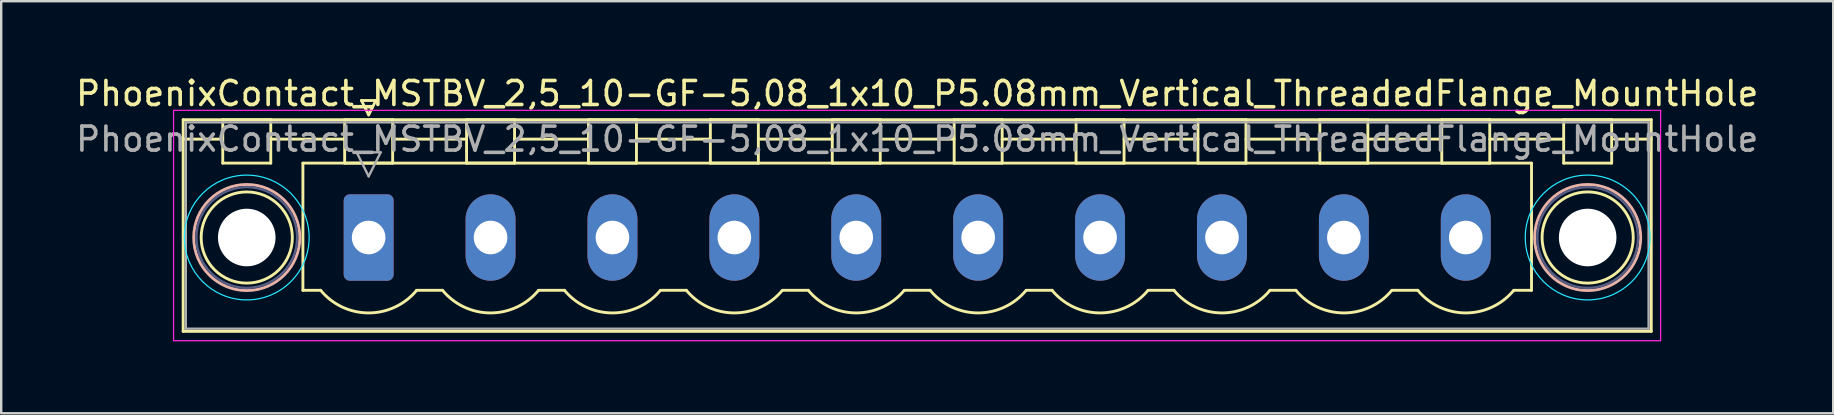
<source format=kicad_pcb>
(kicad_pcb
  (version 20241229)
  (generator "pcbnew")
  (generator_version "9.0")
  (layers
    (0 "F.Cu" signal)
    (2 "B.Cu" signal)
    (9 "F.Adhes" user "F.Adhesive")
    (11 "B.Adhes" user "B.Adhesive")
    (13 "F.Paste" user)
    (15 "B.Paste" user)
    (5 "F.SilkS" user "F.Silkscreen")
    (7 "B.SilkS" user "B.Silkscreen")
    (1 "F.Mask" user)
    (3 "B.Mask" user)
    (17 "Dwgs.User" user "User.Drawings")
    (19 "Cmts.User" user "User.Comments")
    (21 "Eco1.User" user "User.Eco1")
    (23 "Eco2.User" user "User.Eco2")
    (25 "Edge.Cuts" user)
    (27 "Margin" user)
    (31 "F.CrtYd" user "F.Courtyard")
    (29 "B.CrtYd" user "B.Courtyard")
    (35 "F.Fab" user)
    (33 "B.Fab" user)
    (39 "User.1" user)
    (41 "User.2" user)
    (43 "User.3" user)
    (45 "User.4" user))
  (footprint "PhoenixContact_MSTBV_2,5_10-GF-5,08_1x10_P5.08mm_Vertical_ThreadedFlange_MountHole"
    (layer "F.Cu")
    (at 12.313 6.848)
    (property "Reference" "PhoenixContact_MSTBV_2,5_10-GF-5,08_1x10_P5.08mm_Vertical_ThreadedFlange_MountHole" (at 22.86 -6 0) (layer "F.SilkS") (effects (font (size 1 1) (thickness 0.15))))
    (attr through_hole)
    (fp_line (start -7.73 -4.91) (end -7.73 3.91) (stroke (width 0.12) (type solid)) (layer "F.SilkS"))
    (fp_line (start -7.73 -4.1) (end -6.19 -4.1) (stroke (width 0.12) (type solid)) (layer "F.SilkS"))
    (fp_line (start -7.73 3.91) (end 53.45 3.91) (stroke (width 0.12) (type solid)) (layer "F.SilkS"))
    (fp_line (start -6.08 -4.91) (end -4.08 -4.91) (stroke (width 0.12) (type solid)) (layer "F.SilkS"))
    (fp_line (start -6.08 -3.1) (end -6.08 -4.91) (stroke (width 0.12) (type solid)) (layer "F.SilkS"))
    (fp_line (start -4.08 -4.91) (end -4.08 -3.1) (stroke (width 0.12) (type solid)) (layer "F.SilkS"))
    (fp_line (start -4.08 -4.1) (end -1 -4.1) (stroke (width 0.12) (type solid)) (layer "F.SilkS"))
    (fp_line (start -4.08 -3.1) (end -6.08 -3.1) (stroke (width 0.12) (type solid)) (layer "F.SilkS"))
    (fp_line (start -2.74 -3.1) (end 48.46 -3.1) (stroke (width 0.12) (type solid)) (layer "F.SilkS"))
    (fp_line (start -2.74 2.2) (end -2.74 -3.1) (stroke (width 0.12) (type solid)) (layer "F.SilkS"))
    (fp_line (start -2 2.2) (end -2.74 2.2) (stroke (width 0.12) (type solid)) (layer "F.SilkS"))
    (fp_line (start -1 -4.91) (end 1 -4.91) (stroke (width 0.12) (type solid)) (layer "F.SilkS"))
    (fp_line (start -1 -3.1) (end -1 -4.91) (stroke (width 0.12) (type solid)) (layer "F.SilkS"))
    (fp_line (start -0.3 -5.71) (end 0.3 -5.71) (stroke (width 0.12) (type solid)) (layer "F.SilkS"))
    (fp_line (start 0 -5.11) (end -0.3 -5.71) (stroke (width 0.12) (type solid)) (layer "F.SilkS"))
    (fp_line (start 0.3 -5.71) (end 0 -5.11) (stroke (width 0.12) (type solid)) (layer "F.SilkS"))
    (fp_line (start 1 -4.91) (end 1 -3.1) (stroke (width 0.12) (type solid)) (layer "F.SilkS"))
    (fp_line (start 1 -4.1) (end 4.08 -4.1) (stroke (width 0.12) (type solid)) (layer "F.SilkS"))
    (fp_line (start 1 -3.1) (end -1 -3.1) (stroke (width 0.12) (type solid)) (layer "F.SilkS"))
    (fp_line (start 2 2.2) (end 3.08 2.2) (stroke (width 0.12) (type solid)) (layer "F.SilkS"))
    (fp_line (start 4.08 -4.91) (end 6.08 -4.91) (stroke (width 0.12) (type solid)) (layer "F.SilkS"))
    (fp_line (start 4.08 -3.1) (end 4.08 -4.91) (stroke (width 0.12) (type solid)) (layer "F.SilkS"))
    (fp_line (start 6.08 -4.91) (end 6.08 -3.1) (stroke (width 0.12) (type solid)) (layer "F.SilkS"))
    (fp_line (start 6.08 -4.1) (end 9.16 -4.1) (stroke (width 0.12) (type solid)) (layer "F.SilkS"))
    (fp_line (start 6.08 -3.1) (end 4.08 -3.1) (stroke (width 0.12) (type solid)) (layer "F.SilkS"))
    (fp_line (start 7.08 2.2) (end 8.16 2.2) (stroke (width 0.12) (type solid)) (layer "F.SilkS"))
    (fp_line (start 9.16 -4.91) (end 11.16 -4.91) (stroke (width 0.12) (type solid)) (layer "F.SilkS"))
    (fp_line (start 9.16 -3.1) (end 9.16 -4.91) (stroke (width 0.12) (type solid)) (layer "F.SilkS"))
    (fp_line (start 11.16 -4.91) (end 11.16 -3.1) (stroke (width 0.12) (type solid)) (layer "F.SilkS"))
    (fp_line (start 11.16 -4.1) (end 14.24 -4.1) (stroke (width 0.12) (type solid)) (layer "F.SilkS"))
    (fp_line (start 11.16 -3.1) (end 9.16 -3.1) (stroke (width 0.12) (type solid)) (layer "F.SilkS"))
    (fp_line (start 12.16 2.2) (end 13.24 2.2) (stroke (width 0.12) (type solid)) (layer "F.SilkS"))
    (fp_line (start 14.24 -4.91) (end 16.24 -4.91) (stroke (width 0.12) (type solid)) (layer "F.SilkS"))
    (fp_line (start 14.24 -3.1) (end 14.24 -4.91) (stroke (width 0.12) (type solid)) (layer "F.SilkS"))
    (fp_line (start 16.24 -4.91) (end 16.24 -3.1) (stroke (width 0.12) (type solid)) (layer "F.SilkS"))
    (fp_line (start 16.24 -4.1) (end 19.32 -4.1) (stroke (width 0.12) (type solid)) (layer "F.SilkS"))
    (fp_line (start 16.24 -3.1) (end 14.24 -3.1) (stroke (width 0.12) (type solid)) (layer "F.SilkS"))
    (fp_line (start 17.24 2.2) (end 18.32 2.2) (stroke (width 0.12) (type solid)) (layer "F.SilkS"))
    (fp_line (start 19.32 -4.91) (end 21.32 -4.91) (stroke (width 0.12) (type solid)) (layer "F.SilkS"))
    (fp_line (start 19.32 -3.1) (end 19.32 -4.91) (stroke (width 0.12) (type solid)) (layer "F.SilkS"))
    (fp_line (start 21.32 -4.91) (end 21.32 -3.1) (stroke (width 0.12) (type solid)) (layer "F.SilkS"))
    (fp_line (start 21.32 -4.1) (end 24.4 -4.1) (stroke (width 0.12) (type solid)) (layer "F.SilkS"))
    (fp_line (start 21.32 -3.1) (end 19.32 -3.1) (stroke (width 0.12) (type solid)) (layer "F.SilkS"))
    (fp_line (start 22.32 2.2) (end 23.4 2.2) (stroke (width 0.12) (type solid)) (layer "F.SilkS"))
    (fp_line (start 24.4 -4.91) (end 26.4 -4.91) (stroke (width 0.12) (type solid)) (layer "F.SilkS"))
    (fp_line (start 24.4 -3.1) (end 24.4 -4.91) (stroke (width 0.12) (type solid)) (layer "F.SilkS"))
    (fp_line (start 26.4 -4.91) (end 26.4 -3.1) (stroke (width 0.12) (type solid)) (layer "F.SilkS"))
    (fp_line (start 26.4 -4.1) (end 29.48 -4.1) (stroke (width 0.12) (type solid)) (layer "F.SilkS"))
    (fp_line (start 26.4 -3.1) (end 24.4 -3.1) (stroke (width 0.12) (type solid)) (layer "F.SilkS"))
    (fp_line (start 27.4 2.2) (end 28.48 2.2) (stroke (width 0.12) (type solid)) (layer "F.SilkS"))
    (fp_line (start 29.48 -4.91) (end 31.48 -4.91) (stroke (width 0.12) (type solid)) (layer "F.SilkS"))
    (fp_line (start 29.48 -3.1) (end 29.48 -4.91) (stroke (width 0.12) (type solid)) (layer "F.SilkS"))
    (fp_line (start 31.48 -4.91) (end 31.48 -3.1) (stroke (width 0.12) (type solid)) (layer "F.SilkS"))
    (fp_line (start 31.48 -4.1) (end 34.56 -4.1) (stroke (width 0.12) (type solid)) (layer "F.SilkS"))
    (fp_line (start 31.48 -3.1) (end 29.48 -3.1) (stroke (width 0.12) (type solid)) (layer "F.SilkS"))
    (fp_line (start 32.48 2.2) (end 33.56 2.2) (stroke (width 0.12) (type solid)) (layer "F.SilkS"))
    (fp_line (start 34.56 -4.91) (end 36.56 -4.91) (stroke (width 0.12) (type solid)) (layer "F.SilkS"))
    (fp_line (start 34.56 -3.1) (end 34.56 -4.91) (stroke (width 0.12) (type solid)) (layer "F.SilkS"))
    (fp_line (start 36.56 -4.91) (end 36.56 -3.1) (stroke (width 0.12) (type solid)) (layer "F.SilkS"))
    (fp_line (start 36.56 -4.1) (end 39.64 -4.1) (stroke (width 0.12) (type solid)) (layer "F.SilkS"))
    (fp_line (start 36.56 -3.1) (end 34.56 -3.1) (stroke (width 0.12) (type solid)) (layer "F.SilkS"))
    (fp_line (start 37.56 2.2) (end 38.64 2.2) (stroke (width 0.12) (type solid)) (layer "F.SilkS"))
    (fp_line (start 39.64 -4.91) (end 41.64 -4.91) (stroke (width 0.12) (type solid)) (layer "F.SilkS"))
    (fp_line (start 39.64 -3.1) (end 39.64 -4.91) (stroke (width 0.12) (type solid)) (layer "F.SilkS"))
    (fp_line (start 41.64 -4.91) (end 41.64 -3.1) (stroke (width 0.12) (type solid)) (layer "F.SilkS"))
    (fp_line (start 41.64 -4.1) (end 44.72 -4.1) (stroke (width 0.12) (type solid)) (layer "F.SilkS"))
    (fp_line (start 41.64 -3.1) (end 39.64 -3.1) (stroke (width 0.12) (type solid)) (layer "F.SilkS"))
    (fp_line (start 42.64 2.2) (end 43.72 2.2) (stroke (width 0.12) (type solid)) (layer "F.SilkS"))
    (fp_line (start 44.72 -4.91) (end 46.72 -4.91) (stroke (width 0.12) (type solid)) (layer "F.SilkS"))
    (fp_line (start 44.72 -3.1) (end 44.72 -4.91) (stroke (width 0.12) (type solid)) (layer "F.SilkS"))
    (fp_line (start 46.72 -4.91) (end 46.72 -3.1) (stroke (width 0.12) (type solid)) (layer "F.SilkS"))
    (fp_line (start 46.72 -4.1) (end 49.8 -4.1) (stroke (width 0.12) (type solid)) (layer "F.SilkS"))
    (fp_line (start 46.72 -3.1) (end 44.72 -3.1) (stroke (width 0.12) (type solid)) (layer "F.SilkS"))
    (fp_line (start 48.46 -3.1) (end 48.46 2.2) (stroke (width 0.12) (type solid)) (layer "F.SilkS"))
    (fp_line (start 48.46 2.2) (end 47.72 2.2) (stroke (width 0.12) (type solid)) (layer "F.SilkS"))
    (fp_line (start 49.8 -4.91) (end 51.8 -4.91) (stroke (width 0.12) (type solid)) (layer "F.SilkS"))
    (fp_line (start 49.8 -3.1) (end 49.8 -4.91) (stroke (width 0.12) (type solid)) (layer "F.SilkS"))
    (fp_line (start 51.8 -4.91) (end 51.8 -3.1) (stroke (width 0.12) (type solid)) (layer "F.SilkS"))
    (fp_line (start 51.8 -3.1) (end 49.8 -3.1) (stroke (width 0.12) (type solid)) (layer "F.SilkS"))
    (fp_line (start 53.45 -4.91) (end -7.73 -4.91) (stroke (width 0.12) (type solid)) (layer "F.SilkS"))
    (fp_line (start 53.45 -4.1) (end 51.91 -4.1) (stroke (width 0.12) (type solid)) (layer "F.SilkS"))
    (fp_line (start 53.45 3.91) (end 53.45 -4.91) (stroke (width 0.12) (type solid)) (layer "F.SilkS"))
    (fp_arc (start 1.986842 2.215821) (mid -0.010289 3.142758) (end -2 2.2) (stroke (width 0.12) (type solid)) (layer "F.SilkS"))
    (fp_arc (start 7.066842 2.215821) (mid 5.069711 3.142758) (end 3.08 2.2) (stroke (width 0.12) (type solid)) (layer "F.SilkS"))
    (fp_arc (start 12.146842 2.215821) (mid 10.149711 3.142758) (end 8.16 2.2) (stroke (width 0.12) (type solid)) (layer "F.SilkS"))
    (fp_arc (start 17.226842 2.215821) (mid 15.229711 3.142758) (end 13.24 2.2) (stroke (width 0.12) (type solid)) (layer "F.SilkS"))
    (fp_arc (start 22.306842 2.215821) (mid 20.309711 3.142758) (end 18.32 2.2) (stroke (width 0.12) (type solid)) (layer "F.SilkS"))
    (fp_arc (start 27.386842 2.215821) (mid 25.389711 3.142758) (end 23.4 2.2) (stroke (width 0.12) (type solid)) (layer "F.SilkS"))
    (fp_arc (start 32.466842 2.215821) (mid 30.469711 3.142758) (end 28.48 2.2) (stroke (width 0.12) (type solid)) (layer "F.SilkS"))
    (fp_arc (start 37.546842 2.215821) (mid 35.549711 3.142758) (end 33.56 2.2) (stroke (width 0.12) (type solid)) (layer "F.SilkS"))
    (fp_arc (start 42.626842 2.215821) (mid 40.629711 3.142758) (end 38.64 2.2) (stroke (width 0.12) (type solid)) (layer "F.SilkS"))
    (fp_arc (start 47.706842 2.215821) (mid 45.709711 3.142758) (end 43.72 2.2) (stroke (width 0.12) (type solid)) (layer "F.SilkS"))
    (fp_circle (center -5.08 0) (end -3.18 0) (stroke (width 0.12) (type solid)) (fill no) (layer "F.SilkS"))
    (fp_circle (center 50.8 0) (end 52.7 0) (stroke (width 0.12) (type solid)) (fill no) (layer "F.SilkS"))
    (fp_circle (center -5.08 0) (end -2.87 0) (stroke (width 0.12) (type solid)) (fill no) (layer "B.SilkS"))
    (fp_circle (center 50.8 0) (end 53.01 0) (stroke (width 0.12) (type solid)) (fill no) (layer "B.SilkS"))
    (fp_circle (center -5.08 0) (end -2.48 0) (stroke (width 0.05) (type solid)) (fill no) (layer "B.CrtYd"))
    (fp_circle (center 50.8 0) (end 53.4 0) (stroke (width 0.05) (type solid)) (fill no) (layer "B.CrtYd"))
    (fp_line (start -8.13 -5.3) (end -8.13 4.3) (stroke (width 0.05) (type solid)) (layer "F.CrtYd"))
    (fp_line (start -8.13 4.3) (end 53.84 4.3) (stroke (width 0.05) (type solid)) (layer "F.CrtYd"))
    (fp_line (start 53.84 -5.3) (end -8.13 -5.3) (stroke (width 0.05) (type solid)) (layer "F.CrtYd"))
    (fp_line (start 53.84 4.3) (end 53.84 -5.3) (stroke (width 0.05) (type solid)) (layer "F.CrtYd"))
    (fp_circle (center -5.08 0) (end -2.98 0) (stroke (width 0.1) (type solid)) (fill no) (layer "B.Fab"))
    (fp_circle (center 50.8 0) (end 52.9 0) (stroke (width 0.1) (type solid)) (fill no) (layer "B.Fab"))
    (fp_line (start -7.62 -4.8) (end -7.62 3.8) (stroke (width 0.1) (type solid)) (layer "F.Fab"))
    (fp_line (start -7.62 3.8) (end 53.34 3.8) (stroke (width 0.1) (type solid)) (layer "F.Fab"))
    (fp_line (start -0.5 -3.55) (end 0.5 -3.55) (stroke (width 0.1) (type solid)) (layer "F.Fab"))
    (fp_line (start 0 -2.55) (end -0.5 -3.55) (stroke (width 0.1) (type solid)) (layer "F.Fab"))
    (fp_line (start 0.5 -3.55) (end 0 -2.55) (stroke (width 0.1) (type solid)) (layer "F.Fab"))
    (fp_line (start 53.34 -4.8) (end -7.62 -4.8) (stroke (width 0.1) (type solid)) (layer "F.Fab"))
    (fp_line (start 53.34 3.8) (end 53.34 -4.8) (stroke (width 0.1) (type solid)) (layer "F.Fab"))
    (fp_text user "${REFERENCE}" (at 22.86 -4.1 0) (layer "F.Fab") (effects (font (size 1 1) (thickness 0.15))))
    (pad "" np_thru_hole circle (at -5.08 0) (size 2.4 2.4) (drill 2.4) (layers "*.Cu" "*.Mask"))
    (pad "" np_thru_hole circle (at 50.8 0) (size 2.4 2.4) (drill 2.4) (layers "*.Cu" "*.Mask"))
    (pad "1" thru_hole roundrect (at 0 0) (size 2.08 3.6) (drill 1.4) (layers "*.Cu" "*.Mask") (roundrect_rratio 0.12))
    (pad "2" thru_hole oval (at 5.08 0) (size 2.08 3.6) (drill 1.4) (layers "*.Cu" "*.Mask"))
    (pad "3" thru_hole oval (at 10.16 0) (size 2.08 3.6) (drill 1.4) (layers "*.Cu" "*.Mask"))
    (pad "4" thru_hole oval (at 15.24 0) (size 2.08 3.6) (drill 1.4) (layers "*.Cu" "*.Mask"))
    (pad "5" thru_hole oval (at 20.32 0) (size 2.08 3.6) (drill 1.4) (layers "*.Cu" "*.Mask"))
    (pad "6" thru_hole oval (at 25.4 0) (size 2.08 3.6) (drill 1.4) (layers "*.Cu" "*.Mask"))
    (pad "7" thru_hole oval (at 30.48 0) (size 2.08 3.6) (drill 1.4) (layers "*.Cu" "*.Mask"))
    (pad "8" thru_hole oval (at 35.56 0) (size 2.08 3.6) (drill 1.4) (layers "*.Cu" "*.Mask"))
    (pad "9" thru_hole oval (at 40.64 0) (size 2.08 3.6) (drill 1.4) (layers "*.Cu" "*.Mask"))
    (pad "10" thru_hole oval (at 45.72 0) (size 2.08 3.6) (drill 1.4) (layers "*.Cu" "*.Mask")))
  (gr_rect
    (start -3 -3)
    (end 73.345 14.173)
    (stroke (width 0.1) (type default))
    (fill no)
    (layer "Edge.Cuts")))
</source>
